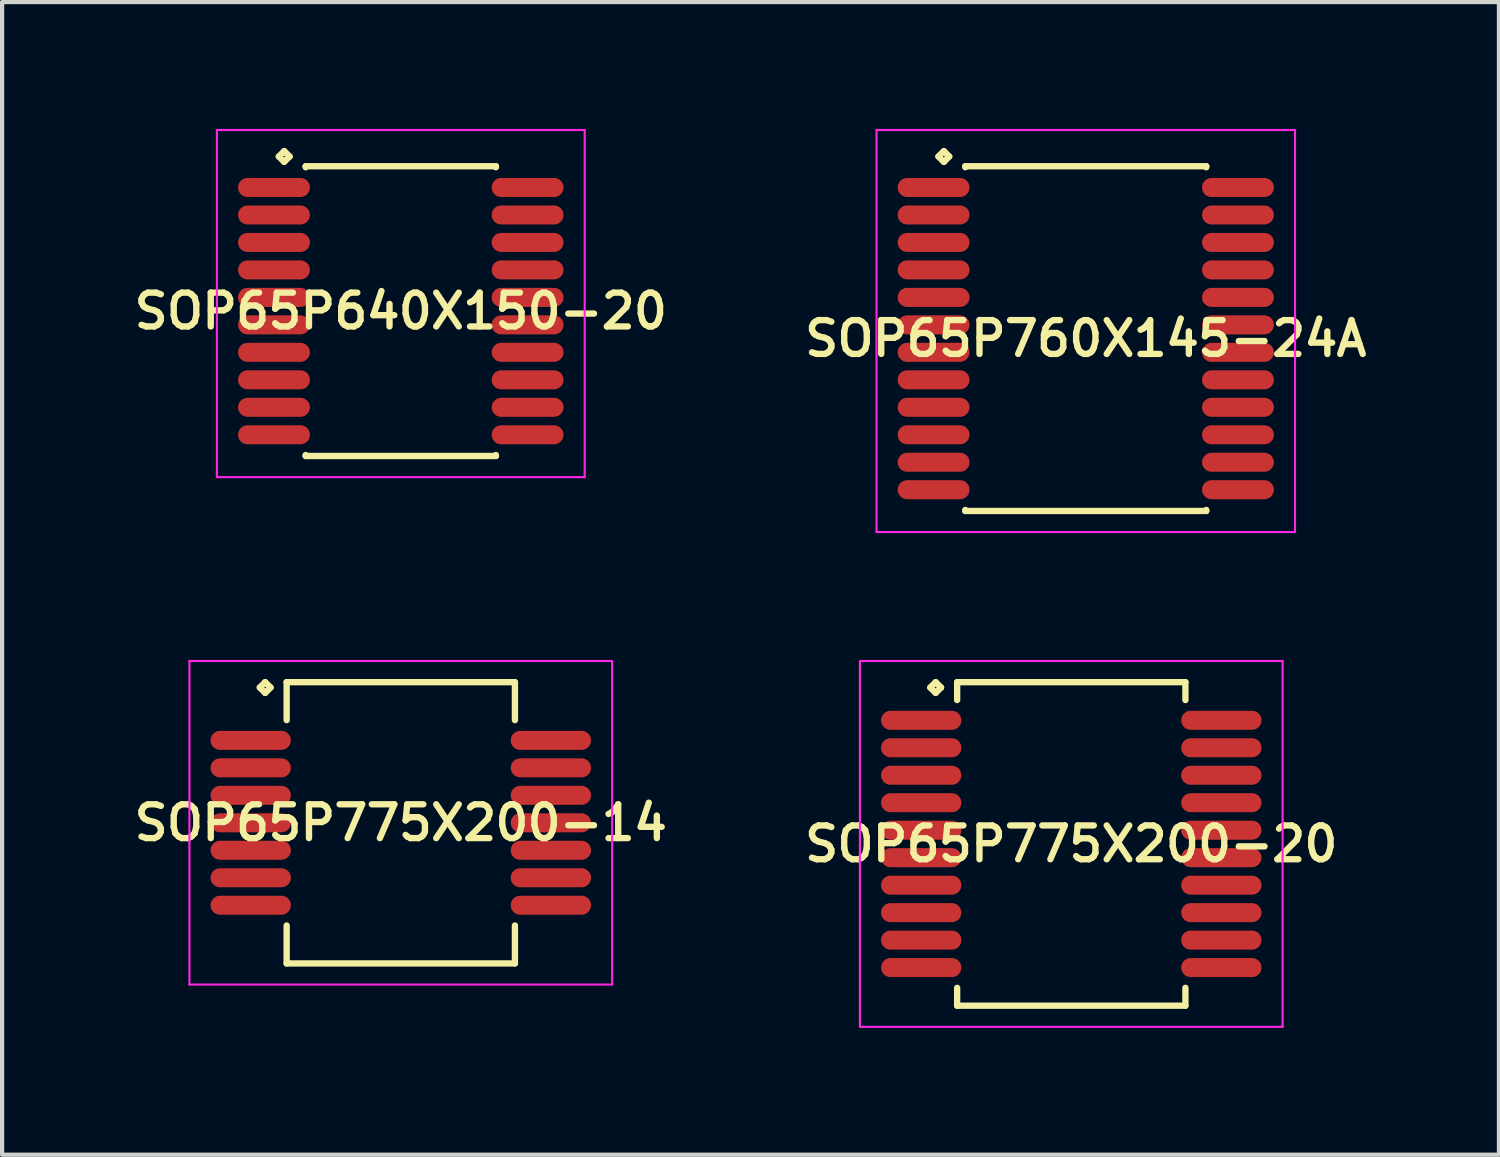
<source format=kicad_pcb>
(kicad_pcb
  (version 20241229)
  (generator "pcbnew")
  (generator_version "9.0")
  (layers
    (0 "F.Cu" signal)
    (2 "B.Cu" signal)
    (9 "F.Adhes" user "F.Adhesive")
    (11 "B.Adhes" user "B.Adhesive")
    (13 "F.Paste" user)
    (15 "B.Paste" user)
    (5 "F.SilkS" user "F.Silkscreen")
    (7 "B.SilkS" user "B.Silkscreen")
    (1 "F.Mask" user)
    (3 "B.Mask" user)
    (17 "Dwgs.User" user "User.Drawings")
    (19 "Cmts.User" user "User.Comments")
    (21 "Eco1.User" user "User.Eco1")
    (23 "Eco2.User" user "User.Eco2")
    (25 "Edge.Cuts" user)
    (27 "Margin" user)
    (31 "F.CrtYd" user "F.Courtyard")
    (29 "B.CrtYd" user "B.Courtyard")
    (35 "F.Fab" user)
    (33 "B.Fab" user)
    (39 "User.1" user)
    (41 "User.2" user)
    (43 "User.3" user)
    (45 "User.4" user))
  (footprint "SOP65P775X200-20"
    (layer "F.Cu")
    (at 22.292 16.914)
    (property "Reference" "SOP65P775X200-20" (at 0 0 0) (layer "F.SilkS") (effects (font (size 0.8 0.8) (thickness 0.15))))
    (attr smd)
    (fp_line (start -3.335 -3.7) (end -3.208 -3.827) (stroke (width 0.15) (type solid)) (layer "F.SilkS"))
    (fp_line (start -3.208 -3.827) (end -3.081 -3.7) (stroke (width 0.15) (type solid)) (layer "F.SilkS"))
    (fp_line (start -3.208 -3.573) (end -3.335 -3.7) (stroke (width 0.15) (type solid)) (layer "F.SilkS"))
    (fp_line (start -3.081 -3.7) (end -3.208 -3.573) (stroke (width 0.15) (type solid)) (layer "F.SilkS"))
    (fp_line (start -2.7 -3.827) (end 2.7 -3.827) (stroke (width 0.15) (type solid)) (layer "F.SilkS"))
    (fp_line (start -2.7 -3.404) (end -2.7 -3.827) (stroke (width 0.15) (type solid)) (layer "F.SilkS"))
    (fp_line (start -2.7 3.404) (end -2.7 3.827) (stroke (width 0.15) (type solid)) (layer "F.SilkS"))
    (fp_line (start -2.7 3.827) (end 2.7 3.827) (stroke (width 0.15) (type solid)) (layer "F.SilkS"))
    (fp_line (start 2.7 -3.827) (end 2.7 -3.404) (stroke (width 0.15) (type solid)) (layer "F.SilkS"))
    (fp_line (start 2.7 3.827) (end 2.7 3.404) (stroke (width 0.15) (type solid)) (layer "F.SilkS"))
    (fp_line (start -5 -4.327) (end 5 -4.327) (stroke (width 0.05) (type solid)) (layer "F.CrtYd"))
    (fp_line (start -5 4.327) (end -5 -4.327) (stroke (width 0.05) (type solid)) (layer "F.CrtYd"))
    (fp_line (start 5 -4.327) (end 5 4.327) (stroke (width 0.05) (type solid)) (layer "F.CrtYd"))
    (fp_line (start 5 4.327) (end -5 4.327) (stroke (width 0.05) (type solid)) (layer "F.CrtYd"))
    (pad "1" smd oval (at -3.55 -2.925) (size 1.9 0.45) (layers "F.Cu" "F.Mask" "F.Paste"))
    (pad "2" smd oval (at -3.55 -2.275) (size 1.9 0.45) (layers "F.Cu" "F.Mask" "F.Paste"))
    (pad "3" smd oval (at -3.55 -1.625) (size 1.9 0.45) (layers "F.Cu" "F.Mask" "F.Paste"))
    (pad "4" smd oval (at -3.55 -0.975) (size 1.9 0.45) (layers "F.Cu" "F.Mask" "F.Paste"))
    (pad "5" smd oval (at -3.55 -0.325) (size 1.9 0.45) (layers "F.Cu" "F.Mask" "F.Paste"))
    (pad "6" smd oval (at -3.55 0.325) (size 1.9 0.45) (layers "F.Cu" "F.Mask" "F.Paste"))
    (pad "7" smd oval (at -3.55 0.975) (size 1.9 0.45) (layers "F.Cu" "F.Mask" "F.Paste"))
    (pad "8" smd oval (at -3.55 1.625) (size 1.9 0.45) (layers "F.Cu" "F.Mask" "F.Paste"))
    (pad "9" smd oval (at -3.55 2.275) (size 1.9 0.45) (layers "F.Cu" "F.Mask" "F.Paste"))
    (pad "10" smd oval (at -3.55 2.925) (size 1.9 0.45) (layers "F.Cu" "F.Mask" "F.Paste"))
    (pad "11" smd oval (at 3.55 2.925) (size 1.9 0.45) (layers "F.Cu" "F.Mask" "F.Paste"))
    (pad "12" smd oval (at 3.55 2.275) (size 1.9 0.45) (layers "F.Cu" "F.Mask" "F.Paste"))
    (pad "13" smd oval (at 3.55 1.625) (size 1.9 0.45) (layers "F.Cu" "F.Mask" "F.Paste"))
    (pad "14" smd oval (at 3.55 0.975) (size 1.9 0.45) (layers "F.Cu" "F.Mask" "F.Paste"))
    (pad "15" smd oval (at 3.55 0.325) (size 1.9 0.45) (layers "F.Cu" "F.Mask" "F.Paste"))
    (pad "16" smd oval (at 3.55 -0.325) (size 1.9 0.45) (layers "F.Cu" "F.Mask" "F.Paste"))
    (pad "17" smd oval (at 3.55 -0.975) (size 1.9 0.45) (layers "F.Cu" "F.Mask" "F.Paste"))
    (pad "18" smd oval (at 3.55 -1.625) (size 1.9 0.45) (layers "F.Cu" "F.Mask" "F.Paste"))
    (pad "19" smd oval (at 3.55 -2.275) (size 1.9 0.45) (layers "F.Cu" "F.Mask" "F.Paste"))
    (pad "20" smd oval (at 3.55 -2.925) (size 1.9 0.45) (layers "F.Cu" "F.Mask" "F.Paste")))
  (footprint "SOP65P640X150-20"
    (layer "F.Cu")
    (at 6.431 4.31)
    (property "Reference" "SOP65P640X150-20" (at 0 0 0) (layer "F.SilkS") (effects (font (size 0.8 0.8) (thickness 0.15))))
    (attr smd)
    (fp_line (start -2.885 -3.658) (end -2.758 -3.785) (stroke (width 0.15) (type solid)) (layer "F.SilkS"))
    (fp_line (start -2.758 -3.785) (end -2.631 -3.658) (stroke (width 0.15) (type solid)) (layer "F.SilkS"))
    (fp_line (start -2.758 -3.531) (end -2.885 -3.658) (stroke (width 0.15) (type solid)) (layer "F.SilkS"))
    (fp_line (start -2.631 -3.658) (end -2.758 -3.531) (stroke (width 0.15) (type solid)) (layer "F.SilkS"))
    (fp_line (start -2.25 -3.427) (end 2.25 -3.427) (stroke (width 0.15) (type solid)) (layer "F.SilkS"))
    (fp_line (start -2.25 -3.404) (end -2.25 -3.427) (stroke (width 0.15) (type solid)) (layer "F.SilkS"))
    (fp_line (start -2.25 3.404) (end -2.25 3.427) (stroke (width 0.15) (type solid)) (layer "F.SilkS"))
    (fp_line (start -2.25 3.427) (end 2.25 3.427) (stroke (width 0.15) (type solid)) (layer "F.SilkS"))
    (fp_line (start 2.25 -3.427) (end 2.25 -3.404) (stroke (width 0.15) (type solid)) (layer "F.SilkS"))
    (fp_line (start 2.25 3.427) (end 2.25 3.404) (stroke (width 0.15) (type solid)) (layer "F.SilkS"))
    (fp_line (start -4.35 -4.285) (end 4.35 -4.285) (stroke (width 0.05) (type solid)) (layer "F.CrtYd"))
    (fp_line (start -4.35 3.927) (end -4.35 -4.285) (stroke (width 0.05) (type solid)) (layer "F.CrtYd"))
    (fp_line (start 4.35 -4.285) (end 4.35 3.927) (stroke (width 0.05) (type solid)) (layer "F.CrtYd"))
    (fp_line (start 4.35 3.927) (end -4.35 3.927) (stroke (width 0.05) (type solid)) (layer "F.CrtYd"))
    (pad "1" smd oval (at -3 -2.925) (size 1.7 0.45) (layers "F.Cu" "F.Mask" "F.Paste"))
    (pad "2" smd oval (at -3 -2.275) (size 1.7 0.45) (layers "F.Cu" "F.Mask" "F.Paste"))
    (pad "3" smd oval (at -3 -1.625) (size 1.7 0.45) (layers "F.Cu" "F.Mask" "F.Paste"))
    (pad "4" smd oval (at -3 -0.975) (size 1.7 0.45) (layers "F.Cu" "F.Mask" "F.Paste"))
    (pad "5" smd oval (at -3 -0.325) (size 1.7 0.45) (layers "F.Cu" "F.Mask" "F.Paste"))
    (pad "6" smd oval (at -3 0.325) (size 1.7 0.45) (layers "F.Cu" "F.Mask" "F.Paste"))
    (pad "7" smd oval (at -3 0.975) (size 1.7 0.45) (layers "F.Cu" "F.Mask" "F.Paste"))
    (pad "8" smd oval (at -3 1.625) (size 1.7 0.45) (layers "F.Cu" "F.Mask" "F.Paste"))
    (pad "9" smd oval (at -3 2.275) (size 1.7 0.45) (layers "F.Cu" "F.Mask" "F.Paste"))
    (pad "10" smd oval (at -3 2.925) (size 1.7 0.45) (layers "F.Cu" "F.Mask" "F.Paste"))
    (pad "11" smd oval (at 3 2.925) (size 1.7 0.45) (layers "F.Cu" "F.Mask" "F.Paste"))
    (pad "12" smd oval (at 3 2.275) (size 1.7 0.45) (layers "F.Cu" "F.Mask" "F.Paste"))
    (pad "13" smd oval (at 3 1.625) (size 1.7 0.45) (layers "F.Cu" "F.Mask" "F.Paste"))
    (pad "14" smd oval (at 3 0.975) (size 1.7 0.45) (layers "F.Cu" "F.Mask" "F.Paste"))
    (pad "15" smd oval (at 3 0.325) (size 1.7 0.45) (layers "F.Cu" "F.Mask" "F.Paste"))
    (pad "16" smd oval (at 3 -0.325) (size 1.7 0.45) (layers "F.Cu" "F.Mask" "F.Paste"))
    (pad "17" smd oval (at 3 -0.975) (size 1.7 0.45) (layers "F.Cu" "F.Mask" "F.Paste"))
    (pad "18" smd oval (at 3 -1.625) (size 1.7 0.45) (layers "F.Cu" "F.Mask" "F.Paste"))
    (pad "19" smd oval (at 3 -2.275) (size 1.7 0.45) (layers "F.Cu" "F.Mask" "F.Paste"))
    (pad "20" smd oval (at 3 -2.925) (size 1.7 0.45) (layers "F.Cu" "F.Mask" "F.Paste")))
  (footprint "SOP65P760X145-24A"
    (layer "F.Cu")
    (at 22.635 4.96)
    (property "Reference" "SOP65P760X145-24A" (at 0 0 0) (layer "F.SilkS") (effects (font (size 0.8 0.8) (thickness 0.15))))
    (attr smd)
    (fp_line (start -3.485 -4.308) (end -3.358 -4.435) (stroke (width 0.15) (type solid)) (layer "F.SilkS"))
    (fp_line (start -3.358 -4.435) (end -3.231 -4.308) (stroke (width 0.15) (type solid)) (layer "F.SilkS"))
    (fp_line (start -3.358 -4.181) (end -3.485 -4.308) (stroke (width 0.15) (type solid)) (layer "F.SilkS"))
    (fp_line (start -3.231 -4.308) (end -3.358 -4.181) (stroke (width 0.15) (type solid)) (layer "F.SilkS"))
    (fp_line (start -2.85 -4.077) (end 2.85 -4.077) (stroke (width 0.15) (type solid)) (layer "F.SilkS"))
    (fp_line (start -2.85 -4.054) (end -2.85 -4.077) (stroke (width 0.15) (type solid)) (layer "F.SilkS"))
    (fp_line (start -2.85 4.054) (end -2.85 4.077) (stroke (width 0.15) (type solid)) (layer "F.SilkS"))
    (fp_line (start -2.85 4.077) (end 2.85 4.077) (stroke (width 0.15) (type solid)) (layer "F.SilkS"))
    (fp_line (start 2.85 -4.077) (end 2.85 -4.054) (stroke (width 0.15) (type solid)) (layer "F.SilkS"))
    (fp_line (start 2.85 4.077) (end 2.85 4.054) (stroke (width 0.15) (type solid)) (layer "F.SilkS"))
    (fp_line (start -4.95 -4.935) (end 4.95 -4.935) (stroke (width 0.05) (type solid)) (layer "F.CrtYd"))
    (fp_line (start -4.95 4.577) (end -4.95 -4.935) (stroke (width 0.05) (type solid)) (layer "F.CrtYd"))
    (fp_line (start 4.95 -4.935) (end 4.95 4.577) (stroke (width 0.05) (type solid)) (layer "F.CrtYd"))
    (fp_line (start 4.95 4.577) (end -4.95 4.577) (stroke (width 0.05) (type solid)) (layer "F.CrtYd"))
    (pad "1" smd oval (at -3.6 -3.575) (size 1.7 0.45) (layers "F.Cu" "F.Mask" "F.Paste"))
    (pad "2" smd oval (at -3.6 -2.925) (size 1.7 0.45) (layers "F.Cu" "F.Mask" "F.Paste"))
    (pad "3" smd oval (at -3.6 -2.275) (size 1.7 0.45) (layers "F.Cu" "F.Mask" "F.Paste"))
    (pad "4" smd oval (at -3.6 -1.625) (size 1.7 0.45) (layers "F.Cu" "F.Mask" "F.Paste"))
    (pad "5" smd oval (at -3.6 -0.975) (size 1.7 0.45) (layers "F.Cu" "F.Mask" "F.Paste"))
    (pad "6" smd oval (at -3.6 -0.325) (size 1.7 0.45) (layers "F.Cu" "F.Mask" "F.Paste"))
    (pad "7" smd oval (at -3.6 0.325) (size 1.7 0.45) (layers "F.Cu" "F.Mask" "F.Paste"))
    (pad "8" smd oval (at -3.6 0.975) (size 1.7 0.45) (layers "F.Cu" "F.Mask" "F.Paste"))
    (pad "9" smd oval (at -3.6 1.625) (size 1.7 0.45) (layers "F.Cu" "F.Mask" "F.Paste"))
    (pad "10" smd oval (at -3.6 2.275) (size 1.7 0.45) (layers "F.Cu" "F.Mask" "F.Paste"))
    (pad "11" smd oval (at -3.6 2.925) (size 1.7 0.45) (layers "F.Cu" "F.Mask" "F.Paste"))
    (pad "12" smd oval (at -3.6 3.575) (size 1.7 0.45) (layers "F.Cu" "F.Mask" "F.Paste"))
    (pad "13" smd oval (at 3.6 3.575) (size 1.7 0.45) (layers "F.Cu" "F.Mask" "F.Paste"))
    (pad "14" smd oval (at 3.6 2.925) (size 1.7 0.45) (layers "F.Cu" "F.Mask" "F.Paste"))
    (pad "15" smd oval (at 3.6 2.275) (size 1.7 0.45) (layers "F.Cu" "F.Mask" "F.Paste"))
    (pad "16" smd oval (at 3.6 1.625) (size 1.7 0.45) (layers "F.Cu" "F.Mask" "F.Paste"))
    (pad "17" smd oval (at 3.6 0.975) (size 1.7 0.45) (layers "F.Cu" "F.Mask" "F.Paste"))
    (pad "18" smd oval (at 3.6 0.325) (size 1.7 0.45) (layers "F.Cu" "F.Mask" "F.Paste"))
    (pad "19" smd oval (at 3.6 -0.325) (size 1.7 0.45) (layers "F.Cu" "F.Mask" "F.Paste"))
    (pad "20" smd oval (at 3.6 -0.975) (size 1.7 0.45) (layers "F.Cu" "F.Mask" "F.Paste"))
    (pad "21" smd oval (at 3.6 -1.625) (size 1.7 0.45) (layers "F.Cu" "F.Mask" "F.Paste"))
    (pad "22" smd oval (at 3.6 -2.275) (size 1.7 0.45) (layers "F.Cu" "F.Mask" "F.Paste"))
    (pad "23" smd oval (at 3.6 -2.925) (size 1.7 0.45) (layers "F.Cu" "F.Mask" "F.Paste"))
    (pad "24" smd oval (at 3.6 -3.575) (size 1.7 0.45) (layers "F.Cu" "F.Mask" "F.Paste")))
  (footprint "SOP65P775X200-14"
    (layer "F.Cu")
    (at 6.431 16.414)
    (property "Reference" "SOP65P775X200-14" (at 0 0 0) (layer "F.SilkS") (effects (font (size 0.8 0.8) (thickness 0.15))))
    (attr smd)
    (fp_line (start -3.335 -3.2) (end -3.208 -3.327) (stroke (width 0.15) (type solid)) (layer "F.SilkS"))
    (fp_line (start -3.208 -3.327) (end -3.081 -3.2) (stroke (width 0.15) (type solid)) (layer "F.SilkS"))
    (fp_line (start -3.208 -3.073) (end -3.335 -3.2) (stroke (width 0.15) (type solid)) (layer "F.SilkS"))
    (fp_line (start -3.081 -3.2) (end -3.208 -3.073) (stroke (width 0.15) (type solid)) (layer "F.SilkS"))
    (fp_line (start -2.7 -3.327) (end 2.7 -3.327) (stroke (width 0.15) (type solid)) (layer "F.SilkS"))
    (fp_line (start -2.7 -2.429) (end -2.7 -3.327) (stroke (width 0.15) (type solid)) (layer "F.SilkS"))
    (fp_line (start -2.7 2.429) (end -2.7 3.327) (stroke (width 0.15) (type solid)) (layer "F.SilkS"))
    (fp_line (start -2.7 3.327) (end 2.7 3.327) (stroke (width 0.15) (type solid)) (layer "F.SilkS"))
    (fp_line (start 2.7 -3.327) (end 2.7 -2.429) (stroke (width 0.15) (type solid)) (layer "F.SilkS"))
    (fp_line (start 2.7 3.327) (end 2.7 2.429) (stroke (width 0.15) (type solid)) (layer "F.SilkS"))
    (fp_line (start -5 -3.827) (end 5 -3.827) (stroke (width 0.05) (type solid)) (layer "F.CrtYd"))
    (fp_line (start -5 3.827) (end -5 -3.827) (stroke (width 0.05) (type solid)) (layer "F.CrtYd"))
    (fp_line (start 5 -3.827) (end 5 3.827) (stroke (width 0.05) (type solid)) (layer "F.CrtYd"))
    (fp_line (start 5 3.827) (end -5 3.827) (stroke (width 0.05) (type solid)) (layer "F.CrtYd"))
    (pad "1" smd oval (at -3.55 -1.95) (size 1.9 0.45) (layers "F.Cu" "F.Mask" "F.Paste"))
    (pad "2" smd oval (at -3.55 -1.3) (size 1.9 0.45) (layers "F.Cu" "F.Mask" "F.Paste"))
    (pad "3" smd oval (at -3.55 -0.65) (size 1.9 0.45) (layers "F.Cu" "F.Mask" "F.Paste"))
    (pad "4" smd oval (at -3.55 0) (size 1.9 0.45) (layers "F.Cu" "F.Mask" "F.Paste"))
    (pad "5" smd oval (at -3.55 0.65) (size 1.9 0.45) (layers "F.Cu" "F.Mask" "F.Paste"))
    (pad "6" smd oval (at -3.55 1.3) (size 1.9 0.45) (layers "F.Cu" "F.Mask" "F.Paste"))
    (pad "7" smd oval (at -3.55 1.95) (size 1.9 0.45) (layers "F.Cu" "F.Mask" "F.Paste"))
    (pad "8" smd oval (at 3.55 1.95) (size 1.9 0.45) (layers "F.Cu" "F.Mask" "F.Paste"))
    (pad "9" smd oval (at 3.55 1.3) (size 1.9 0.45) (layers "F.Cu" "F.Mask" "F.Paste"))
    (pad "10" smd oval (at 3.55 0.65) (size 1.9 0.45) (layers "F.Cu" "F.Mask" "F.Paste"))
    (pad "11" smd oval (at 3.55 0) (size 1.9 0.45) (layers "F.Cu" "F.Mask" "F.Paste"))
    (pad "12" smd oval (at 3.55 -0.65) (size 1.9 0.45) (layers "F.Cu" "F.Mask" "F.Paste"))
    (pad "13" smd oval (at 3.55 -1.3) (size 1.9 0.45) (layers "F.Cu" "F.Mask" "F.Paste"))
    (pad "14" smd oval (at 3.55 -1.95) (size 1.9 0.45) (layers "F.Cu" "F.Mask" "F.Paste")))
  (gr_rect
    (start -3 -3)
    (end 32.409 24.266)
    (stroke (width 0.1) (type default))
    (fill no)
    (layer "Edge.Cuts")))
</source>
